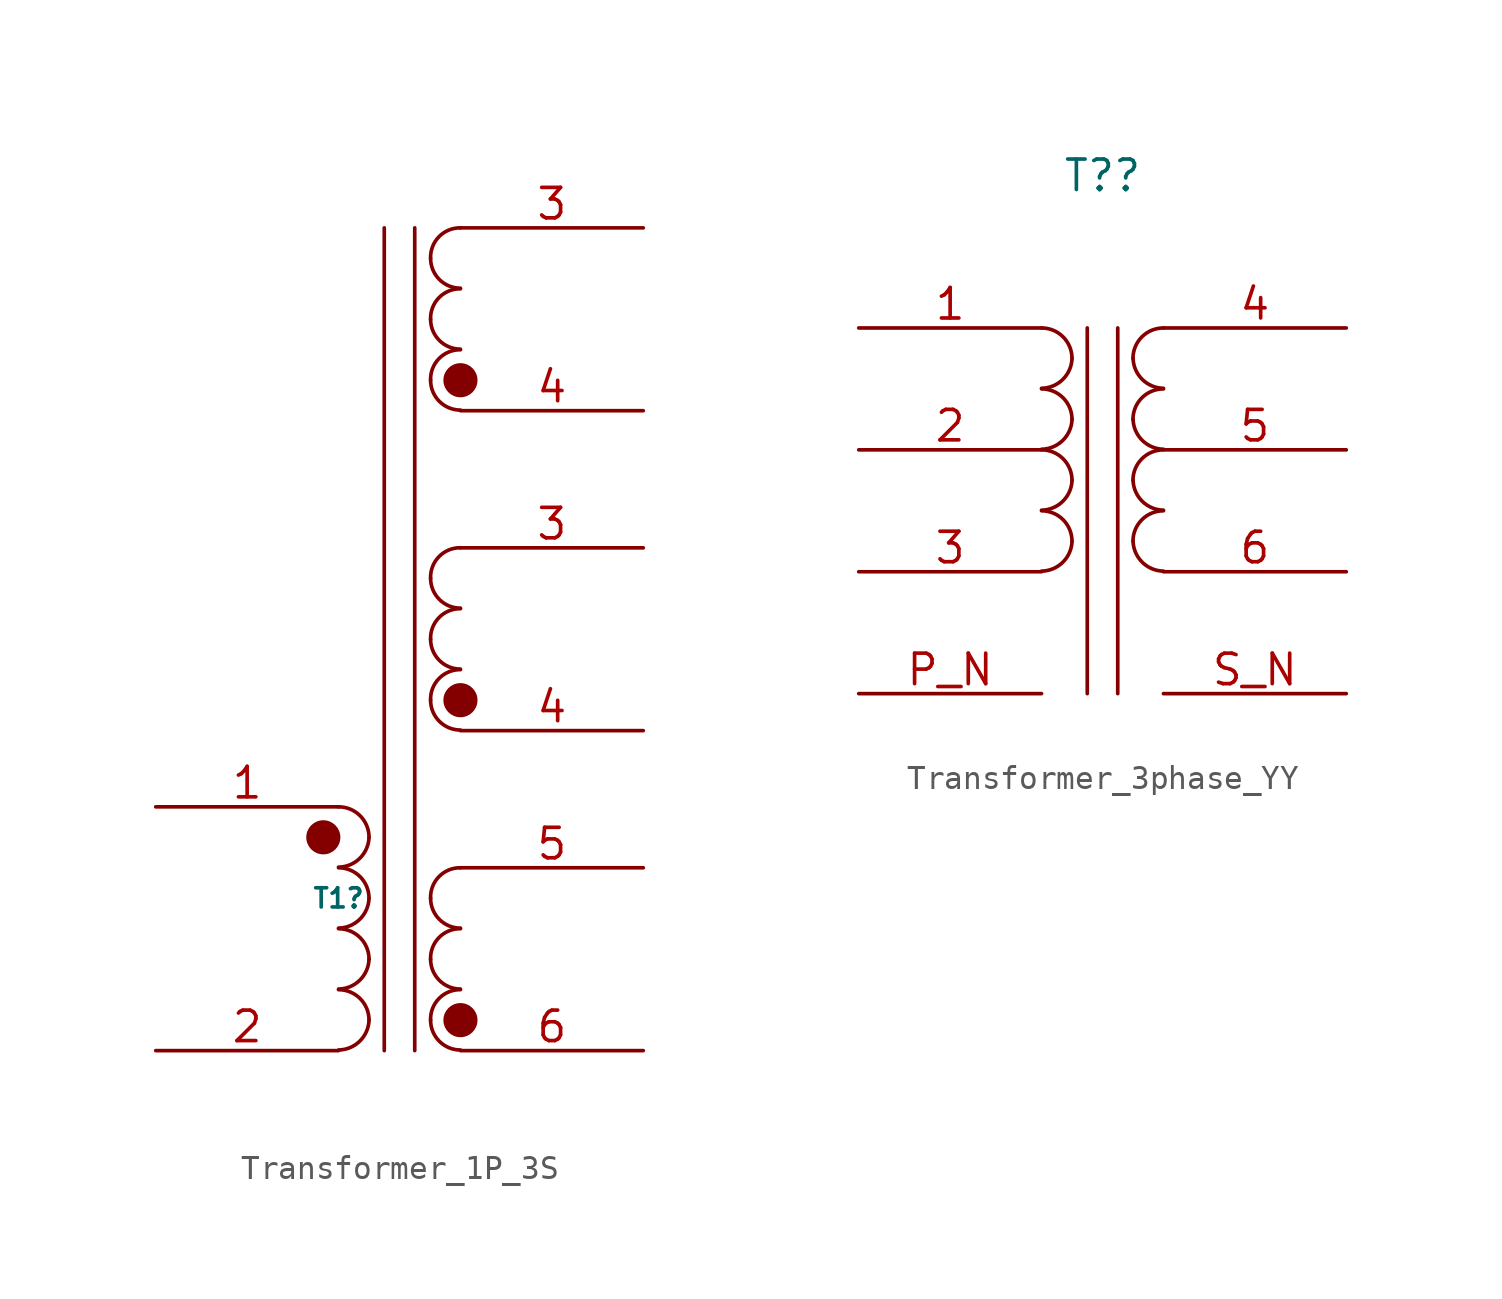
<source format=kicad_sym>
(kicad_symbol_lib
  (version 20231120)
  (generator "kicad_symbol_editor")
  (generator_version "8.0")
  (symbol "Transformer_1P_3S"
    (pin_names
      (offset 1.016) hide)
    (property "Reference" "T1"
      (at -1.905 6.35 0)
      (effects (font (size 0.8 0.8))))
    (symbol "Transformer_1P_3S_0_1"
      (arc (start -1.905 0.0254) (mid -1.0211 0.3937) (end -0.635 1.27) (stroke (width 0) (type default)) (fill (type none)))
      (arc (start -1.905 2.5654) (mid -1.0211 2.9337) (end -0.635 3.81) (stroke (width 0) (type default)) (fill (type none)))
      (arc (start -1.905 5.1054) (mid -1.0211 5.4737) (end -0.635 6.35) (stroke (width 0) (type default)) (fill (type none)))
      (arc (start -1.905 7.6454) (mid -1.0211 8.0137) (end -0.635 8.89) (stroke (width 0) (type default)) (fill (type none)))
      (arc (start -0.635 1.27) (mid -1.007 2.168) (end -1.905 2.54) (stroke (width 0) (type default)) (fill (type none)))
      (arc (start -0.635 3.81) (mid -1.007 4.708) (end -1.905 5.08) (stroke (width 0) (type default)) (fill (type none)))
      (arc (start -0.635 6.35) (mid -1.007 7.248) (end -1.905 7.62) (stroke (width 0) (type default)) (fill (type none)))
      (arc (start -0.635 8.89) (mid -1.007 9.788) (end -1.905 10.16) (stroke (width 0) (type default)) (fill (type none)))
      (polyline (pts (xy 0 0) (xy 0 34.29)) (stroke (width 0) (type default)) (fill (type none)))
      (polyline (pts (xy 1.27 34.29) (xy 1.27 0)) (stroke (width 0) (type default)) (fill (type none)))
      (arc (start 1.9304 1.27) (mid 2.2949 0.3899) (end 3.175 0.0254) (stroke (width 0) (type default)) (fill (type none)))
      (arc (start 1.9304 3.81) (mid 2.2949 2.9299) (end 3.175 2.5654) (stroke (width 0) (type default)) (fill (type none)))
      (arc (start 1.9304 6.35) (mid 2.2949 5.4699) (end 3.175 5.1054) (stroke (width 0) (type default)) (fill (type none)))
      (arc (start 1.9304 14.605) (mid 2.2949 13.7249) (end 3.175 13.3604) (stroke (width 0) (type default)) (fill (type none)))
      (arc (start 1.9304 17.145) (mid 2.2949 16.2649) (end 3.175 15.9004) (stroke (width 0) (type default)) (fill (type none)))
      (arc (start 1.9304 19.685) (mid 2.2949 18.8049) (end 3.175 18.4404) (stroke (width 0) (type default)) (fill (type none)))
      (arc (start 1.9304 27.94) (mid 2.2949 27.0599) (end 3.175 26.6954) (stroke (width 0) (type default)) (fill (type none)))
      (arc (start 1.9304 30.48) (mid 2.2949 29.5999) (end 3.175 29.2354) (stroke (width 0) (type default)) (fill (type none)))
      (arc (start 1.9304 33.02) (mid 2.2949 32.1399) (end 3.175 31.7754) (stroke (width 0) (type default)) (fill (type none)))
      (arc (start 3.175 2.54) (mid 2.2808 2.1715) (end 1.9304 1.27) (stroke (width 0) (type default)) (fill (type none)))
      (arc (start 3.175 5.08) (mid 2.2808 4.7115) (end 1.9304 3.81) (stroke (width 0) (type default)) (fill (type none)))
      (arc (start 3.175 7.62) (mid 2.2808 7.2515) (end 1.9304 6.35) (stroke (width 0) (type default)) (fill (type none)))
      (arc (start 3.175 15.875) (mid 2.2808 15.5065) (end 1.9304 14.605) (stroke (width 0) (type default)) (fill (type none)))
      (arc (start 3.175 18.415) (mid 2.2808 18.0465) (end 1.9304 17.145) (stroke (width 0) (type default)) (fill (type none)))
      (arc (start 3.175 20.955) (mid 2.2808 20.5865) (end 1.9304 19.685) (stroke (width 0) (type default)) (fill (type none)))
      (arc (start 3.175 29.21) (mid 2.2808 28.8415) (end 1.9304 27.94) (stroke (width 0) (type default)) (fill (type none)))
      (arc (start 3.175 31.75) (mid 2.2808 31.3815) (end 1.9304 30.48) (stroke (width 0) (type default)) (fill (type none)))
      (arc (start 3.175 34.29) (mid 2.2808 33.9215) (end 1.9304 33.02) (stroke (width 0) (type default)) (fill (type none))))
    (symbol "Transformer_1P_3S_1_1"
      (circle (center -2.54 8.89) (radius 0.635) (stroke (width 0) (type default)) (fill (type outline)))
      (circle (center 3.175 1.27) (radius 0.635) (stroke (width 0) (type default)) (fill (type outline)))
      (circle (center 3.175 14.605) (radius 0.635) (stroke (width 0) (type default)) (fill (type outline)))
      (circle (center 3.175 27.94) (radius 0.635) (stroke (width 0) (type default)) (fill (type outline)))
      (pin passive line (at -9.525 10.16 0) (length 7.62) (name "AA" (effects (font (size 1.27 1.27)))) (number "1" (effects (font (size 1.27 1.27)))))
      (pin passive line (at -9.525 0 0) (length 7.62) (name "AB" (effects (font (size 1.27 1.27)))) (number "2" (effects (font (size 1.27 1.27)))))
      (pin passive line (at 10.795 20.955 180) (length 7.62) (name "SA" (effects (font (size 1.27 1.27)))) (number "3" (effects (font (size 1.27 1.27)))))
      (pin passive line (at 10.795 34.29 180) (length 7.62) (name "SA" (effects (font (size 1.27 1.27)))) (number "3" (effects (font (size 1.27 1.27)))))
      (pin passive line (at 10.795 13.335 180) (length 7.62) (name "SB" (effects (font (size 1.27 1.27)))) (number "4" (effects (font (size 1.27 1.27)))))
      (pin passive line (at 10.795 26.67 180) (length 7.62) (name "SB" (effects (font (size 1.27 1.27)))) (number "4" (effects (font (size 1.27 1.27)))))
      (pin passive line (at 10.795 7.62 180) (length 7.62) (name "SC" (effects (font (size 1.27 1.27)))) (number "5" (effects (font (size 1.27 1.27)))))
      (pin passive line (at 10.795 0 180) (length 7.62) (name "SD" (effects (font (size 1.27 1.27)))) (number "6" (effects (font (size 1.27 1.27)))))))
  (symbol "Transformer_3phase_YY"
    (pin_names
      (offset 1.016) hide)
    (property "Reference" "T?"
      (at 0 6.35 0)
      (effects (font (size 1.27 1.27))))
    (symbol "Transformer_3phase_YY_0_1"
      (arc (start -2.54 -10.1346) (mid -1.6561 -9.7663) (end -1.27 -8.89) (stroke (width 0) (type default)) (fill (type none)))
      (arc (start -2.54 -7.5946) (mid -1.6561 -7.2263) (end -1.27 -6.35) (stroke (width 0) (type default)) (fill (type none)))
      (arc (start -2.54 -5.0546) (mid -1.6561 -4.6863) (end -1.27 -3.81) (stroke (width 0) (type default)) (fill (type none)))
      (arc (start -2.54 -2.5146) (mid -1.6561 -2.1463) (end -1.27 -1.27) (stroke (width 0) (type default)) (fill (type none)))
      (arc (start -1.27 -8.89) (mid -1.642 -7.992) (end -2.54 -7.62) (stroke (width 0) (type default)) (fill (type none)))
      (arc (start -1.27 -6.35) (mid -1.642 -5.452) (end -2.54 -5.08) (stroke (width 0) (type default)) (fill (type none)))
      (arc (start -1.27 -3.81) (mid -1.642 -2.912) (end -2.54 -2.54) (stroke (width 0) (type default)) (fill (type none)))
      (arc (start -1.27 -1.27) (mid -1.642 -0.372) (end -2.54 0) (stroke (width 0) (type default)) (fill (type none)))
      (polyline (pts (xy -0.635 -15.24) (xy -0.635 0)) (stroke (width 0) (type default)) (fill (type none)))
      (polyline (pts (xy 0.635 0) (xy 0.635 -15.24)) (stroke (width 0) (type default)) (fill (type none)))
      (arc (start 1.27 -8.89) (mid 1.6561 -9.7663) (end 2.54 -10.1346) (stroke (width 0) (type default)) (fill (type none)))
      (arc (start 1.27 -6.35) (mid 1.6561 -7.2263) (end 2.54 -7.5946) (stroke (width 0) (type default)) (fill (type none)))
      (arc (start 1.27 -3.81) (mid 1.6561 -4.6863) (end 2.54 -5.0546) (stroke (width 0) (type default)) (fill (type none)))
      (arc (start 1.27 -1.27) (mid 1.6561 -2.1463) (end 2.54 -2.5146) (stroke (width 0) (type default)) (fill (type none)))
      (arc (start 2.54 -7.62) (mid 1.642 -7.992) (end 1.27 -8.89) (stroke (width 0) (type default)) (fill (type none)))
      (arc (start 2.54 -5.08) (mid 1.642 -5.452) (end 1.27 -6.35) (stroke (width 0) (type default)) (fill (type none)))
      (arc (start 2.54 -2.54) (mid 1.642 -2.912) (end 1.27 -3.81) (stroke (width 0) (type default)) (fill (type none)))
      (arc (start 2.54 0) (mid 1.642 -0.372) (end 1.27 -1.27) (stroke (width 0) (type default)) (fill (type none))))
    (symbol "Transformer_3phase_YY_1_1"
      (pin passive line (at -10.16 0 0) (length 7.62) (name "P1_Line" (effects (font (size 1.27 1.27)))) (number "1" (effects (font (size 1.27 1.27)))))
      (pin passive line (at -10.16 -5.08 0) (length 7.62) (name "P2_Line" (effects (font (size 1.27 1.27)))) (number "2" (effects (font (size 1.27 1.27)))))
      (pin passive line (at -10.16 -10.16 0) (length 7.62) (name "P3_Line" (effects (font (size 1.27 1.27)))) (number "3" (effects (font (size 1.27 1.27)))))
      (pin passive line (at 10.16 0 180) (length 7.62) (name "S1_Line" (effects (font (size 1.27 1.27)))) (number "4" (effects (font (size 1.27 1.27)))))
      (pin passive line (at 10.16 -5.08 180) (length 7.62) (name "S2_Line" (effects (font (size 1.27 1.27)))) (number "5" (effects (font (size 1.27 1.27)))))
      (pin passive line (at 10.16 -10.16 180) (length 7.62) (name "S3_Line" (effects (font (size 1.27 1.27)))) (number "6" (effects (font (size 1.27 1.27)))))
      (pin passive line (at -10.16 -15.24 0) (length 7.62) (name "P_Neutral" (effects (font (size 1.27 1.27)))) (number "P_N" (effects (font (size 1.27 1.27)))))
      (pin passive line (at 10.16 -15.24 180) (length 7.62) (name "S_Neutral" (effects (font (size 1.27 1.27)))) (number "S_N" (effects (font (size 1.27 1.27))))))))
</source>
